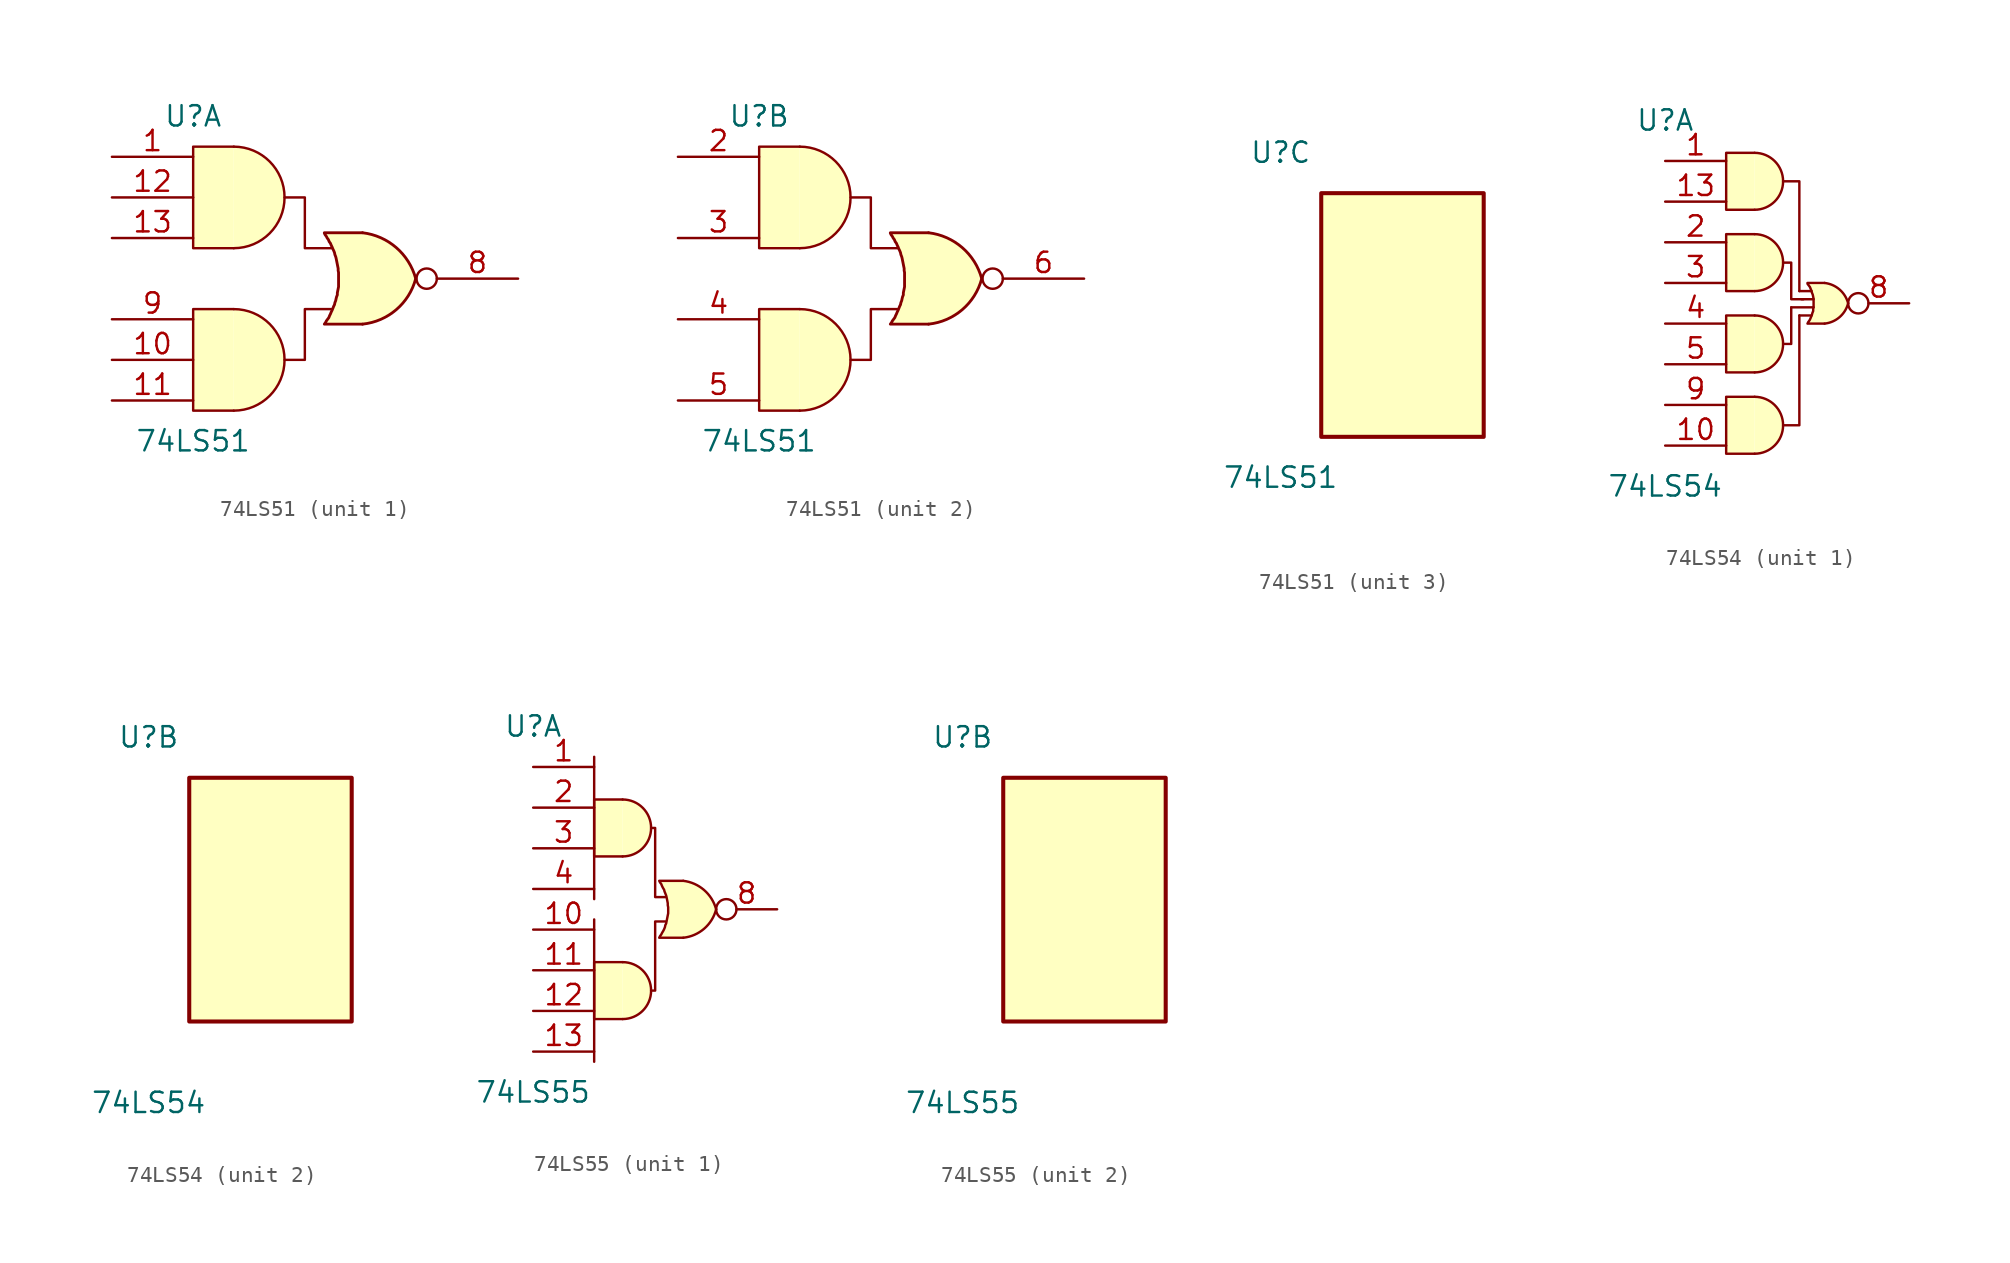
<source format=kicad_sym>
(kicad_symbol_lib
  (version 20211014)
  (generator kicad_symbol_editor)
  (symbol "74LS51"
    (pin_names
      (offset 1.016))
    (property "Reference" "U"
      (at -7.62 10.16 0)
      (effects (font (size 1.27 1.27))))
    (property "Value" "74LS51"
      (at -7.62 -10.16 0)
      (effects (font (size 1.27 1.27))))
    (property "ki_locked" ""
      (at 0 0 0)
      (effects (font (size 1.27 1.27))))
    (symbol "74LS51_1_0"
      (arc (start -5.08 -8.255) (mid -1.905 -5.08) (end -5.08 -1.905) (stroke (width 0) (type default) (color 0 0 0 0)) (fill (type background)))
      (arc (start -5.08 1.905) (mid -1.905 5.08) (end -5.08 8.255) (stroke (width 0) (type default) (color 0 0 0 0)) (fill (type background)))
      (polyline (pts (xy -5.08 -1.905) (xy -7.62 -1.905) (xy -7.62 -8.255) (xy -5.08 -8.255)) (stroke (width 0) (type default) (color 0 0 0 0)) (fill (type background)))
      (polyline (pts (xy -5.08 1.905) (xy -7.62 1.905) (xy -7.62 8.255) (xy -5.08 8.255)) (stroke (width 0) (type default) (color 0 0 0 0)) (fill (type background)))
      (polyline (pts (xy -1.905 -5.08) (xy -0.635 -5.08) (xy -0.635 -1.905) (xy 1.016 -1.905)) (stroke (width 0) (type default) (color 0 0 0 0)) (fill (type none)))
      (polyline (pts (xy -1.905 5.08) (xy -0.635 5.08) (xy -0.635 1.905) (xy 1.016 1.905)) (stroke (width 0) (type default) (color 0 0 0 0)) (fill (type none)))
      (polyline (pts (xy 2.972 2.87) (xy 0.584 2.87) (xy 0.584 2.845) (xy 0.635 2.743) (xy 0.711 2.642) (xy 0.762 2.54) (xy 0.838 2.438) (xy 0.889 2.311) (xy 0.965 2.21) (xy 1.016 2.083) (xy 1.067 1.981) (xy 1.118 1.854) (xy 1.168 1.753) (xy 1.219 1.626) (xy 1.245 1.499) (xy 1.295 1.372) (xy 1.321 1.27) (xy 1.346 1.143) (xy 1.372 1.016) (xy 1.397 0.889) (xy 1.422 0.762) (xy 1.448 0.635) (xy 1.448 0.508) (xy 1.473 0.381) (xy 1.473 0.254) (xy 1.473 0.127) (xy 1.473 0) (xy 1.473 -0.127) (xy 1.473 -0.254) (xy 1.473 -0.381) (xy 1.473 -0.508) (xy 1.448 -0.635) (xy 1.422 -0.762) (xy 1.397 -0.889) (xy 1.397 -1.016) (xy 1.346 -1.143) (xy 1.321 -1.245) (xy 1.295 -1.372) (xy 1.245 -1.499) (xy 1.219 -1.626) (xy 1.168 -1.727) (xy 1.118 -1.854) (xy 1.067 -1.981) (xy 1.016 -2.083) (xy 0.965 -2.21) (xy 0.914 -2.311) (xy 0.864 -2.438) (xy 0.787 -2.54) (xy 0.711 -2.642) (xy 0.66 -2.743) (xy 0.584 -2.845) (xy 0.584 -2.845) (xy 2.972 -2.845)) (stroke (width 0.178) (type default) (color 0 0 0 0)) (fill (type background)))
      (arc (start 2.9718 -2.8448) (mid 5.0811 -1.9407) (end 6.2992 0) (stroke (width 0.1778) (type default) (color 0 0 0 0)) (fill (type background)))
      (arc (start 6.2992 0) (mid 5.0781 1.9435) (end 2.9718 2.8702) (stroke (width 0.1778) (type default) (color 0 0 0 0)) (fill (type background)))
      (circle (center 6.985 0) (radius 0.635) (stroke (width 0) (type default) (color 0 0 0 0)) (fill (type none)))
      (pin input line (at -12.7 7.62 0) (length 5.08) (name "~" (effects (font (size 1.27 1.27)))) (number "1" (effects (font (size 1.27 1.27)))))
      (pin input line (at -12.7 -5.08 0) (length 5.08) (name "~" (effects (font (size 1.27 1.27)))) (number "10" (effects (font (size 1.27 1.27)))))
      (pin input line (at -12.7 -7.62 0) (length 5.08) (name "~" (effects (font (size 1.27 1.27)))) (number "11" (effects (font (size 1.27 1.27)))))
      (pin input line (at -12.7 5.08 0) (length 5.08) (name "~" (effects (font (size 1.27 1.27)))) (number "12" (effects (font (size 1.27 1.27)))))
      (pin input line (at -12.7 2.54 0) (length 5.08) (name "~" (effects (font (size 1.27 1.27)))) (number "13" (effects (font (size 1.27 1.27)))))
      (pin output line (at 12.7 0 180) (length 5.08) (name "~" (effects (font (size 1.27 1.27)))) (number "8" (effects (font (size 1.27 1.27)))))
      (pin input line (at -12.7 -2.54 0) (length 5.08) (name "~" (effects (font (size 1.27 1.27)))) (number "9" (effects (font (size 1.27 1.27))))))
    (symbol "74LS51_2_0"
      (arc (start -5.08 -8.255) (mid -1.905 -5.08) (end -5.08 -1.905) (stroke (width 0) (type default) (color 0 0 0 0)) (fill (type background)))
      (arc (start -5.08 1.905) (mid -1.905 5.08) (end -5.08 8.255) (stroke (width 0) (type default) (color 0 0 0 0)) (fill (type background)))
      (polyline (pts (xy -5.08 -1.905) (xy -7.62 -1.905) (xy -7.62 -8.255) (xy -5.08 -8.255)) (stroke (width 0) (type default) (color 0 0 0 0)) (fill (type background)))
      (polyline (pts (xy -5.08 1.905) (xy -7.62 1.905) (xy -7.62 8.255) (xy -5.08 8.255)) (stroke (width 0) (type default) (color 0 0 0 0)) (fill (type background)))
      (polyline (pts (xy -1.905 -5.08) (xy -0.635 -5.08) (xy -0.635 -1.905) (xy 1.016 -1.905)) (stroke (width 0) (type default) (color 0 0 0 0)) (fill (type none)))
      (polyline (pts (xy -1.905 5.08) (xy -0.635 5.08) (xy -0.635 1.905) (xy 1.016 1.905)) (stroke (width 0) (type default) (color 0 0 0 0)) (fill (type none)))
      (polyline (pts (xy 2.972 2.87) (xy 0.584 2.87) (xy 0.584 2.845) (xy 0.635 2.743) (xy 0.711 2.642) (xy 0.762 2.54) (xy 0.838 2.438) (xy 0.889 2.311) (xy 0.965 2.21) (xy 1.016 2.083) (xy 1.067 1.981) (xy 1.118 1.854) (xy 1.168 1.753) (xy 1.219 1.626) (xy 1.245 1.499) (xy 1.295 1.372) (xy 1.321 1.27) (xy 1.346 1.143) (xy 1.372 1.016) (xy 1.397 0.889) (xy 1.422 0.762) (xy 1.448 0.635) (xy 1.448 0.508) (xy 1.473 0.381) (xy 1.473 0.254) (xy 1.473 0.127) (xy 1.473 0) (xy 1.473 -0.127) (xy 1.473 -0.254) (xy 1.473 -0.381) (xy 1.473 -0.508) (xy 1.448 -0.635) (xy 1.422 -0.762) (xy 1.397 -0.889) (xy 1.397 -1.016) (xy 1.346 -1.143) (xy 1.321 -1.245) (xy 1.295 -1.372) (xy 1.245 -1.499) (xy 1.219 -1.626) (xy 1.168 -1.727) (xy 1.118 -1.854) (xy 1.067 -1.981) (xy 1.016 -2.083) (xy 0.965 -2.21) (xy 0.914 -2.311) (xy 0.864 -2.438) (xy 0.787 -2.54) (xy 0.711 -2.642) (xy 0.66 -2.743) (xy 0.584 -2.845) (xy 0.584 -2.845) (xy 2.972 -2.845)) (stroke (width 0.178) (type default) (color 0 0 0 0)) (fill (type background)))
      (arc (start 2.9718 -2.8448) (mid 5.0811 -1.9407) (end 6.2992 0) (stroke (width 0.1778) (type default) (color 0 0 0 0)) (fill (type background)))
      (arc (start 6.2992 0) (mid 5.0781 1.9435) (end 2.9718 2.8702) (stroke (width 0.1778) (type default) (color 0 0 0 0)) (fill (type background)))
      (circle (center 6.985 0) (radius 0.635) (stroke (width 0) (type default) (color 0 0 0 0)) (fill (type none)))
      (pin input line (at -12.7 7.62 0) (length 5.08) (name "~" (effects (font (size 1.27 1.27)))) (number "2" (effects (font (size 1.27 1.27)))))
      (pin input line (at -12.7 2.54 0) (length 5.08) (name "~" (effects (font (size 1.27 1.27)))) (number "3" (effects (font (size 1.27 1.27)))))
      (pin input line (at -12.7 -2.54 0) (length 5.08) (name "~" (effects (font (size 1.27 1.27)))) (number "4" (effects (font (size 1.27 1.27)))))
      (pin input line (at -12.7 -7.62 0) (length 5.08) (name "~" (effects (font (size 1.27 1.27)))) (number "5" (effects (font (size 1.27 1.27)))))
      (pin output line (at 12.7 0 180) (length 5.08) (name "~" (effects (font (size 1.27 1.27)))) (number "6" (effects (font (size 1.27 1.27))))))
    (symbol "74LS51_3_0"
      (pin input line (at 0 12.7 270) (length 5.08) hide (name "VCC" (effects (font (size 1.27 1.27)))) (number "14" (effects (font (size 1.27 1.27)))))
      (pin input line (at 0 -12.7 90) (length 5.08) hide (name "GND" (effects (font (size 1.27 1.27)))) (number "7" (effects (font (size 1.27 1.27))))))
    (symbol "74LS51_3_1"
      (rectangle (start -5.08 7.62) (end 5.08 -7.62) (stroke (width 0.254) (type default) (color 0 0 0 0)) (fill (type background)))))
  (symbol "74LS54"
    (pin_names
      (offset 1.016))
    (property "Reference" "U"
      (at -7.62 10.16 0)
      (effects (font (size 1.27 1.27))))
    (property "Value" "74LS54"
      (at -7.62 -12.7 0)
      (effects (font (size 1.27 1.27))))
    (property "ki_locked" ""
      (at 0 0 0)
      (effects (font (size 1.27 1.27))))
    (symbol "74LS54_1_0"
      (arc (start -2.032 -10.668) (mid -0.254 -8.89) (end -2.032 -7.112) (stroke (width 0) (type default) (color 0 0 0 0)) (fill (type background)))
      (arc (start -2.032 -5.588) (mid -0.254 -3.81) (end -2.032 -2.032) (stroke (width 0) (type default) (color 0 0 0 0)) (fill (type background)))
      (arc (start -2.032 -0.508) (mid -0.254 1.27) (end -2.032 3.048) (stroke (width 0) (type default) (color 0 0 0 0)) (fill (type background)))
      (arc (start -2.032 4.572) (mid -0.254 6.35) (end -2.032 8.128) (stroke (width 0) (type default) (color 0 0 0 0)) (fill (type background)))
      (polyline (pts (xy 0.254 -1.524) (xy 1.651 -1.524)) (stroke (width 0) (type default) (color 0 0 0 0)) (fill (type none)))
      (polyline (pts (xy 0.762 -2.032) (xy 1.524 -2.032)) (stroke (width 0) (type default) (color 0 0 0 0)) (fill (type none)))
      (polyline (pts (xy 0.762 -0.508) (xy 1.524 -0.508)) (stroke (width 0) (type default) (color 0 0 0 0)) (fill (type none)))
      (polyline (pts (xy 1.651 -1.016) (xy 0.889 -1.016)) (stroke (width 0) (type default) (color 0 0 0 0)) (fill (type none)))
      (polyline (pts (xy -0.254 -3.81) (xy 0.254 -3.81) (xy 0.254 -1.524)) (stroke (width 0) (type default) (color 0 0 0 0)) (fill (type none)))
      (polyline (pts (xy 0.762 -2.032) (xy 0.762 -8.89) (xy -0.254 -8.89)) (stroke (width 0) (type default) (color 0 0 0 0)) (fill (type none)))
      (polyline (pts (xy 0.762 -0.508) (xy 0.762 6.35) (xy -0.254 6.35)) (stroke (width 0) (type default) (color 0 0 0 0)) (fill (type none)))
      (polyline (pts (xy -2.032 -7.112) (xy -3.81 -7.112) (xy -3.81 -10.668) (xy -2.032 -10.668)) (stroke (width 0) (type default) (color 0 0 0 0)) (fill (type background)))
      (polyline (pts (xy -2.032 -2.032) (xy -3.81 -2.032) (xy -3.81 -5.588) (xy -2.032 -5.588)) (stroke (width 0) (type default) (color 0 0 0 0)) (fill (type background)))
      (polyline (pts (xy -2.032 3.048) (xy -3.81 3.048) (xy -3.81 -0.508) (xy -2.032 -0.508)) (stroke (width 0) (type default) (color 0 0 0 0)) (fill (type background)))
      (polyline (pts (xy -2.032 8.128) (xy -3.81 8.128) (xy -3.81 4.572) (xy -2.032 4.572)) (stroke (width 0) (type default) (color 0 0 0 0)) (fill (type background)))
      (polyline (pts (xy 1.016 -1.016) (xy 0.254 -1.016) (xy 0.254 1.27) (xy -0.254 1.27)) (stroke (width 0) (type default) (color 0 0 0 0)) (fill (type none)))
      (polyline (pts (xy 2.337 0) (xy 1.27 0) (xy 1.27 0) (xy 1.27 -0.051) (xy 1.346 -0.152) (xy 1.422 -0.254) (xy 1.473 -0.381) (xy 1.524 -0.508) (xy 1.549 -0.61) (xy 1.6 -0.737) (xy 1.626 -0.864) (xy 1.651 -0.991) (xy 1.651 -1.118) (xy 1.651 -1.245) (xy 1.651 -1.372) (xy 1.651 -1.499) (xy 1.626 -1.626) (xy 1.626 -1.753) (xy 1.575 -1.88) (xy 1.549 -1.981) (xy 1.499 -2.108) (xy 1.448 -2.235) (xy 1.397 -2.337) (xy 1.321 -2.438) (xy 1.27 -2.54) (xy 1.27 -2.54) (xy 2.337 -2.54)) (stroke (width 0.152) (type default) (color 0 0 0 0)) (fill (type background)))
      (arc (start 2.3368 -2.54) (mid 3.2737 -2.1363) (end 3.81 -1.27) (stroke (width 0.1524) (type default) (color 0 0 0 0)) (fill (type background)))
      (arc (start 3.81 -1.27) (mid 3.2708 -0.4071) (end 2.3368 0) (stroke (width 0.1524) (type default) (color 0 0 0 0)) (fill (type background)))
      (pin input line (at -7.62 7.62 0) (length 3.81) (name "~" (effects (font (size 1.27 1.27)))) (number "1" (effects (font (size 1.27 1.27)))))
      (pin input line (at -7.62 -10.16 0) (length 3.81) (name "~" (effects (font (size 1.27 1.27)))) (number "10" (effects (font (size 1.27 1.27)))))
      (pin input line (at -7.62 5.08 0) (length 3.81) (name "~" (effects (font (size 1.27 1.27)))) (number "13" (effects (font (size 1.27 1.27)))))
      (pin input line (at -7.62 2.54 0) (length 3.81) (name "~" (effects (font (size 1.27 1.27)))) (number "2" (effects (font (size 1.27 1.27)))))
      (pin input line (at -7.62 0 0) (length 3.81) (name "~" (effects (font (size 1.27 1.27)))) (number "3" (effects (font (size 1.27 1.27)))))
      (pin input line (at -7.62 -2.54 0) (length 3.81) (name "~" (effects (font (size 1.27 1.27)))) (number "4" (effects (font (size 1.27 1.27)))))
      (pin input line (at -7.62 -5.08 0) (length 3.81) (name "~" (effects (font (size 1.27 1.27)))) (number "5" (effects (font (size 1.27 1.27)))))
      (pin output inverted (at 7.62 -1.27 180) (length 3.81) (name "~" (effects (font (size 1.27 1.27)))) (number "8" (effects (font (size 1.27 1.27)))))
      (pin input line (at -7.62 -7.62 0) (length 3.81) (name "~" (effects (font (size 1.27 1.27)))) (number "9" (effects (font (size 1.27 1.27))))))
    (symbol "74LS54_2_0"
      (pin input line (at 0 11.43 270) (length 3.81) hide (name "VCC" (effects (font (size 1.27 1.27)))) (number "14" (effects (font (size 1.27 1.27)))))
      (pin input line (at 0 -11.43 90) (length 3.81) hide (name "GND" (effects (font (size 1.27 1.27)))) (number "7" (effects (font (size 1.27 1.27))))))
    (symbol "74LS54_2_1"
      (rectangle (start -5.08 7.62) (end 5.08 -7.62) (stroke (width 0.254) (type default) (color 0 0 0 0)) (fill (type background)))))
  (symbol "74LS55"
    (pin_names
      (offset 1.016))
    (property "Reference" "U"
      (at -7.62 10.16 0)
      (effects (font (size 1.27 1.27))))
    (property "Value" "74LS55"
      (at -7.62 -12.7 0)
      (effects (font (size 1.27 1.27))))
    (property "ki_locked" ""
      (at 0 0 0)
      (effects (font (size 1.27 1.27))))
    (symbol "74LS55_1_0"
      (arc (start -2.032 -8.128) (mid -0.254 -6.35) (end -2.032 -4.572) (stroke (width 0) (type default) (color 0 0 0 0)) (fill (type background)))
      (arc (start -2.032 2.032) (mid -0.254 3.81) (end -2.032 5.588) (stroke (width 0) (type default) (color 0 0 0 0)) (fill (type background)))
      (polyline (pts (xy -3.81 -1.905) (xy -3.81 -10.795)) (stroke (width 0) (type default) (color 0 0 0 0)) (fill (type none)))
      (polyline (pts (xy -3.81 8.255) (xy -3.81 -0.635)) (stroke (width 0) (type default) (color 0 0 0 0)) (fill (type none)))
      (polyline (pts (xy -2.032 -4.572) (xy -3.81 -4.572) (xy -3.81 -8.128) (xy -2.032 -8.128)) (stroke (width 0) (type default) (color 0 0 0 0)) (fill (type background)))
      (polyline (pts (xy -2.032 5.588) (xy -3.81 5.588) (xy -3.81 2.032) (xy -2.032 2.032)) (stroke (width 0) (type default) (color 0 0 0 0)) (fill (type background)))
      (polyline (pts (xy -0.254 3.81) (xy 0 3.81) (xy 0 -0.508) (xy 0.635 -0.508)) (stroke (width 0) (type default) (color 0 0 0 0)) (fill (type none)))
      (polyline (pts (xy 0.635 -2.032) (xy 0 -2.032) (xy 0 -6.35) (xy -0.254 -6.35)) (stroke (width 0) (type default) (color 0 0 0 0)) (fill (type none)))
      (polyline (pts (xy 1.753 0.508) (xy 0.254 0.508) (xy 0.254 0.508) (xy 0.305 0.406) (xy 0.381 0.305) (xy 0.432 0.178) (xy 0.483 0.076) (xy 0.559 -0.051) (xy 0.584 -0.152) (xy 0.635 -0.279) (xy 0.686 -0.406) (xy 0.711 -0.508) (xy 0.737 -0.635) (xy 0.762 -0.762) (xy 0.787 -0.889) (xy 0.787 -1.016) (xy 0.813 -1.143) (xy 0.813 -1.27) (xy 0.813 -1.397) (xy 0.813 -1.524) (xy 0.787 -1.651) (xy 0.762 -1.778) (xy 0.737 -1.905) (xy 0.711 -2.032) (xy 0.686 -2.159) (xy 0.635 -2.261) (xy 0.61 -2.388) (xy 0.559 -2.515) (xy 0.508 -2.616) (xy 0.432 -2.743) (xy 0.381 -2.845) (xy 0.305 -2.946) (xy 0.254 -3.048) (xy 0.254 -3.048) (xy 1.753 -3.048)) (stroke (width 0.152) (type default) (color 0 0 0 0)) (fill (type background)))
      (arc (start 1.7526 -3.048) (mid 3.0627 -2.4821) (end 3.81 -1.27) (stroke (width 0.1524) (type default) (color 0 0 0 0)) (fill (type background)))
      (arc (start 3.81 -1.27) (mid 3.0558 -0.0659) (end 1.7526 0.508) (stroke (width 0.1524) (type default) (color 0 0 0 0)) (fill (type background)))
      (pin input line (at -7.62 7.62 0) (length 3.81) (name "~" (effects (font (size 1.27 1.27)))) (number "1" (effects (font (size 1.27 1.27)))))
      (pin input line (at -7.62 -2.54 0) (length 3.81) (name "~" (effects (font (size 1.27 1.27)))) (number "10" (effects (font (size 1.27 1.27)))))
      (pin input line (at -7.62 -5.08 0) (length 3.81) (name "~" (effects (font (size 1.27 1.27)))) (number "11" (effects (font (size 1.27 1.27)))))
      (pin input line (at -7.62 -7.62 0) (length 3.81) (name "~" (effects (font (size 1.27 1.27)))) (number "12" (effects (font (size 1.27 1.27)))))
      (pin input line (at -7.62 -10.16 0) (length 3.81) (name "~" (effects (font (size 1.27 1.27)))) (number "13" (effects (font (size 1.27 1.27)))))
      (pin input line (at -7.62 5.08 0) (length 3.81) (name "~" (effects (font (size 1.27 1.27)))) (number "2" (effects (font (size 1.27 1.27)))))
      (pin input line (at -7.62 2.54 0) (length 3.81) (name "~" (effects (font (size 1.27 1.27)))) (number "3" (effects (font (size 1.27 1.27)))))
      (pin input line (at -7.62 0 0) (length 3.81) (name "~" (effects (font (size 1.27 1.27)))) (number "4" (effects (font (size 1.27 1.27)))))
      (pin output inverted (at 7.62 -1.27 180) (length 3.81) (name "~" (effects (font (size 1.27 1.27)))) (number "8" (effects (font (size 1.27 1.27))))))
    (symbol "74LS55_2_0"
      (pin input line (at 0 11.43 270) (length 3.81) hide (name "VCC" (effects (font (size 1.27 1.27)))) (number "14" (effects (font (size 1.27 1.27)))))
      (pin input line (at 0 -11.43 90) (length 3.81) hide (name "GND" (effects (font (size 1.27 1.27)))) (number "7" (effects (font (size 1.27 1.27))))))
    (symbol "74LS55_2_1"
      (rectangle (start -5.08 7.62) (end 5.08 -7.62) (stroke (width 0.254) (type default) (color 0 0 0 0)) (fill (type background))))))
</source>
